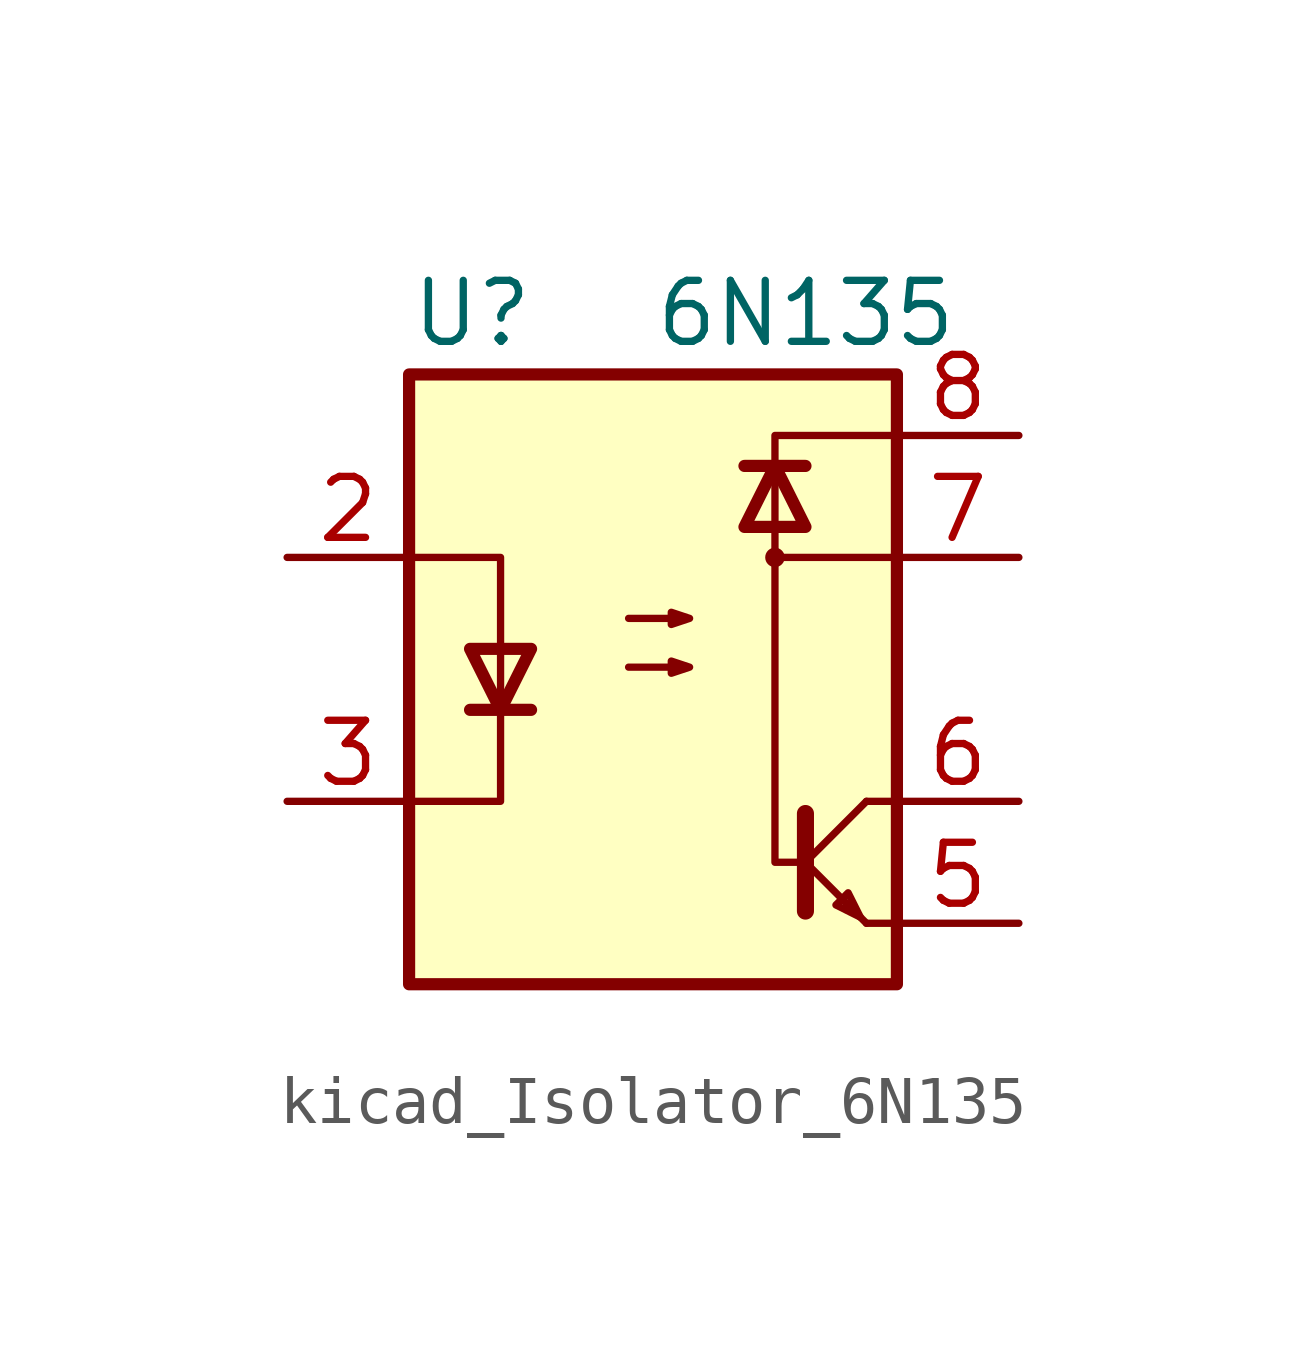
<source format=kicad_sym>
(kicad_symbol_lib
  (version 20220914)
  (generator kicad_symbol_editor)
  (symbol "kicad_Isolator_6N135"
    (pin_names
      (offset 1.016))
    (property "Reference" "U"
      (at -5.08 7.62 0)
      (effects (font (size 1.27 1.27)) (justify left)))
    (property "Value" "6N135"
      (at 0 7.62 0)
      (effects (font (size 1.27 1.27)) (justify left)))
    (symbol "kicad_Isolator_6N135_0_1"
      (rectangle (start -5.08 6.35) (end 5.08 -6.35) (stroke (width 0.254) (type default)) (fill (type background)))
      (polyline (pts (xy -3.81 -0.635) (xy -2.54 -0.635)) (stroke (width 0.254) (type default)) (fill (type none)))
      (polyline (pts (xy 1.905 4.445) (xy 3.175 4.445)) (stroke (width 0.254) (type default)) (fill (type none)))
      (polyline (pts (xy 3.175 -2.794) (xy 3.175 -4.826)) (stroke (width 0.356) (type default)) (fill (type none)))
      (polyline (pts (xy 3.302 -3.937) (xy 4.445 -5.08)) (stroke (width 0) (type default)) (fill (type none)))
      (polyline (pts (xy 3.302 -3.683) (xy 4.445 -2.54)) (stroke (width 0) (type default)) (fill (type none)))
      (polyline (pts (xy 5.08 -5.08) (xy 4.445 -5.08)) (stroke (width 0) (type default)) (fill (type none)))
      (polyline (pts (xy 5.08 -2.54) (xy 4.445 -2.54)) (stroke (width 0) (type default)) (fill (type none)))
      (polyline (pts (xy 5.08 2.54) (xy 2.54 2.54)) (stroke (width 0) (type default)) (fill (type none)))
      (polyline (pts (xy -5.08 2.54) (xy -3.175 2.54) (xy -3.175 -2.54) (xy -5.08 -2.54)) (stroke (width 0) (type default)) (fill (type none)))
      (polyline (pts (xy -3.175 -0.635) (xy -3.81 0.635) (xy -2.54 0.635) (xy -3.175 -0.635)) (stroke (width 0.254) (type default)) (fill (type none)))
      (polyline (pts (xy 2.54 4.445) (xy 1.905 3.175) (xy 3.175 3.175) (xy 2.54 4.445)) (stroke (width 0.254) (type default)) (fill (type none)))
      (polyline (pts (xy 4.318 -4.953) (xy 4.064 -4.445) (xy 3.81 -4.699) (xy 4.318 -4.953)) (stroke (width 0) (type default)) (fill (type none)))
      (polyline (pts (xy 5.08 5.08) (xy 2.54 5.08) (xy 2.54 -3.81) (xy 3.175 -3.81)) (stroke (width 0) (type default)) (fill (type none)))
      (polyline (pts (xy -0.508 0.254) (xy 0.762 0.254) (xy 0.381 0.127) (xy 0.381 0.381) (xy 0.762 0.254)) (stroke (width 0) (type default)) (fill (type none)))
      (polyline (pts (xy -0.508 1.27) (xy 0.762 1.27) (xy 0.381 1.143) (xy 0.381 1.397) (xy 0.762 1.27)) (stroke (width 0) (type default)) (fill (type none)))
      (circle (center 2.54 2.54) (radius 0.127) (stroke (width 0) (type default)) (fill (type none))))
    (symbol "kicad_Isolator_6N135_1_1"
      (pin no_connect line (at -5.08 5.08 0) (length 2.54) hide (name "NC" (effects (font (size 1.27 1.27)))) (number "1" (effects (font (size 1.27 1.27)))))
      (pin passive line (at -7.62 2.54 0) (length 2.54) (name "~" (effects (font (size 1.27 1.27)))) (number "2" (effects (font (size 1.27 1.27)))))
      (pin passive line (at -7.62 -2.54 0) (length 2.54) (name "~" (effects (font (size 1.27 1.27)))) (number "3" (effects (font (size 1.27 1.27)))))
      (pin no_connect line (at -5.08 -5.08 0) (length 2.54) hide (name "NC" (effects (font (size 1.27 1.27)))) (number "4" (effects (font (size 1.27 1.27)))))
      (pin passive line (at 7.62 -5.08 180) (length 2.54) (name "~" (effects (font (size 1.27 1.27)))) (number "5" (effects (font (size 1.27 1.27)))))
      (pin passive line (at 7.62 -2.54 180) (length 2.54) (name "~" (effects (font (size 1.27 1.27)))) (number "6" (effects (font (size 1.27 1.27)))))
      (pin passive line (at 7.62 2.54 180) (length 2.54) (name "~" (effects (font (size 1.27 1.27)))) (number "7" (effects (font (size 1.27 1.27)))))
      (pin passive line (at 7.62 5.08 180) (length 2.54) (name "~" (effects (font (size 1.27 1.27)))) (number "8" (effects (font (size 1.27 1.27))))))))
</source>
